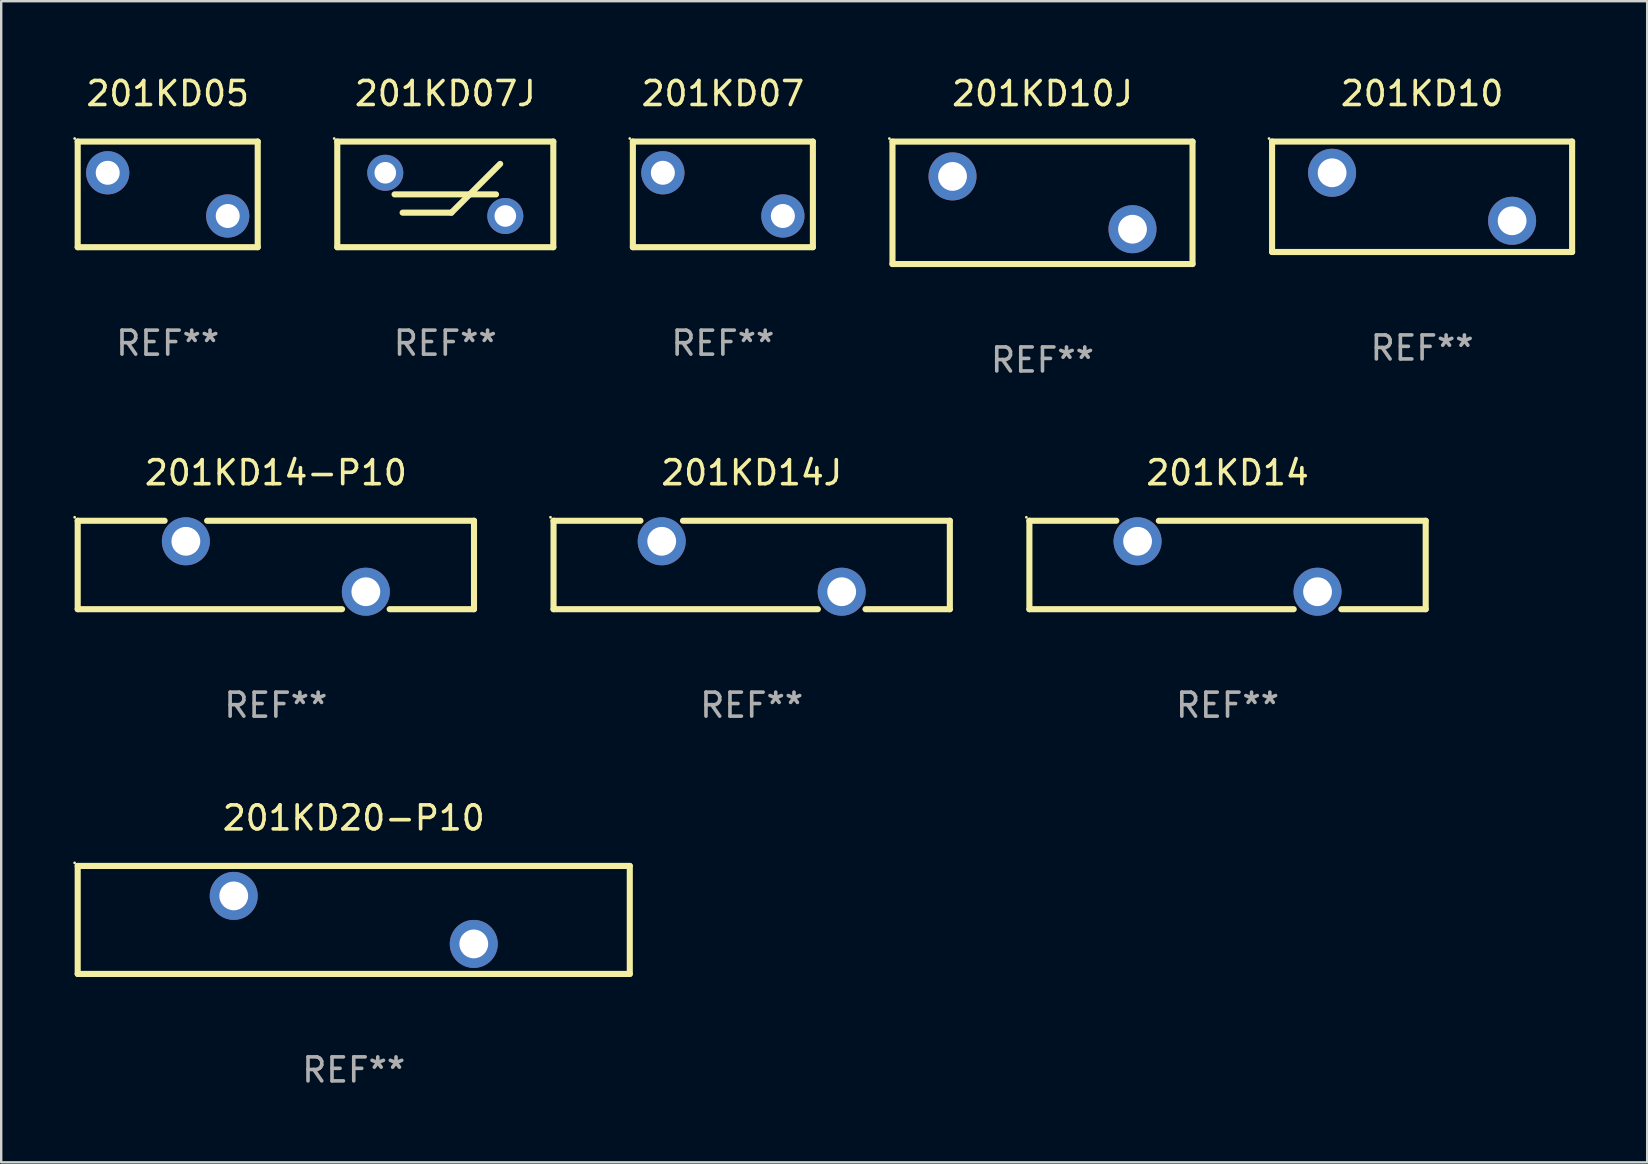
<source format=kicad_pcb>
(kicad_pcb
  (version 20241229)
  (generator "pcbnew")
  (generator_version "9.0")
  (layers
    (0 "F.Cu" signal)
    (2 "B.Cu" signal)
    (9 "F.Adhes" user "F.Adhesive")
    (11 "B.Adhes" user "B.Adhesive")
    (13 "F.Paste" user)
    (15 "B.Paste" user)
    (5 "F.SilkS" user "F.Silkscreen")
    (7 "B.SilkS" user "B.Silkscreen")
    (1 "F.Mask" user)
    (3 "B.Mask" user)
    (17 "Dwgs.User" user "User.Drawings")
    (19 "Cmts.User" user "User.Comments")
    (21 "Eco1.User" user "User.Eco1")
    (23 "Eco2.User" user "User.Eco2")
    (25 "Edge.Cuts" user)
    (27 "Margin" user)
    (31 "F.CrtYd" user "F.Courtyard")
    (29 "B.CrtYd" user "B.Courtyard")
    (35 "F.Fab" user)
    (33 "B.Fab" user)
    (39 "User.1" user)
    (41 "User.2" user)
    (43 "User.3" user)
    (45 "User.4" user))
  (footprint "201KD14-P10"
    (layer "F.Cu")
    (at 8.442 20.487)
    (property "Reference" "201KD14-P10" (at 0 -3.842 0) (layer "F.SilkS") (effects (font (size 1 1) (thickness 0.15))))
    (attr through_hole)
    (fp_line (start -8.255 -1.842) (end -4.634 -1.842) (stroke (width 0.254) (type solid)) (layer "F.SilkS"))
    (fp_line (start -8.255 1.842) (end -8.255 -1.842) (stroke (width 0.254) (type solid)) (layer "F.SilkS"))
    (fp_line (start -2.864 -1.842) (end 8.255 -1.842) (stroke (width 0.254) (type solid)) (layer "F.SilkS"))
    (fp_line (start 2.757 1.842) (end -8.255 1.842) (stroke (width 0.254) (type solid)) (layer "F.SilkS"))
    (fp_line (start 8.255 -1.842) (end 8.255 1.842) (stroke (width 0.254) (type solid)) (layer "F.SilkS"))
    (fp_line (start 8.255 1.842) (end 4.741 1.842) (stroke (width 0.254) (type solid)) (layer "F.SilkS"))
    (fp_circle (center -8.382 -1.987) (end -8.352 -1.987) (stroke (width 0.06) (type solid)) (fill no) (layer "F.SilkS"))
    (fp_text user "REF**" (at 0 5.842 0) (layer "F.Fab") (effects (font (size 1 1) (thickness 0.15))))
    (pad "1" thru_hole circle (at -3.749 -0.987) (size 2 2) (drill 1.2) (layers "*.Cu" "*.Mask"))
    (pad "2" thru_hole circle (at 3.749 1.114) (size 2 2) (drill 1.2) (layers "*.Cu" "*.Mask")))
  (footprint "201KD07J"
    (layer "F.Cu")
    (at 15.501 5.048)
    (property "Reference" "201KD07J" (at 0 -4.2 0) (layer "F.SilkS") (effects (font (size 1 1) (thickness 0.15))))
    (attr through_hole)
    (fp_line (start -4.5 -2.2) (end 4.5 -2.2) (stroke (width 0.254) (type solid)) (layer "F.SilkS"))
    (fp_line (start -4.5 2.2) (end -4.5 -2.2) (stroke (width 0.254) (type solid)) (layer "F.SilkS"))
    (fp_line (start -4.5 2.2) (end 4.5 2.2) (stroke (width 0.254) (type solid)) (layer "F.SilkS"))
    (fp_line (start -2.113 0) (end 2.113 0) (stroke (width 0.254) (type solid)) (layer "F.SilkS"))
    (fp_line (start -1.778 0.762) (end 0.254 0.762) (stroke (width 0.254) (type solid)) (layer "F.SilkS"))
    (fp_line (start 0.254 0.762) (end 2.286 -1.27) (stroke (width 0.254) (type solid)) (layer "F.SilkS"))
    (fp_line (start 4.5 2.2) (end 4.5 -2.2) (stroke (width 0.254) (type solid)) (layer "F.SilkS"))
    (fp_circle (center -4.627 -2.327) (end -4.597 -2.327) (stroke (width 0.06) (type solid)) (fill no) (layer "F.SilkS"))
    (fp_text user "REF**" (at 0 6.2 0) (layer "F.Fab") (effects (font (size 1 1) (thickness 0.15))))
    (pad "1" thru_hole circle (at -2.5 -0.9) (size 1.5 1.5) (drill 0.9) (layers "*.Cu" "*.Mask"))
    (pad "2" thru_hole circle (at 2.5 0.9) (size 1.5 1.5) (drill 0.9) (layers "*.Cu" "*.Mask")))
  (footprint "201KD20-P10"
    (layer "F.Cu")
    (at 11.687 35.275)
    (property "Reference" "201KD20-P10" (at 0 -4.25 0) (layer "F.SilkS") (effects (font (size 1 1) (thickness 0.15))))
    (attr through_hole)
    (fp_line (start -11.5 -2.25) (end 11.5 -2.25) (stroke (width 0.254) (type solid)) (layer "F.SilkS"))
    (fp_line (start -11.5 2.25) (end -11.5 -2.25) (stroke (width 0.254) (type solid)) (layer "F.SilkS"))
    (fp_line (start 11.5 -2.25) (end 11.5 2.25) (stroke (width 0.254) (type solid)) (layer "F.SilkS"))
    (fp_line (start 11.5 2.249) (end -11.5 2.249) (stroke (width 0.254) (type solid)) (layer "F.SilkS"))
    (fp_circle (center -11.627 -2.377) (end -11.597 -2.377) (stroke (width 0.06) (type solid)) (fill no) (layer "F.SilkS"))
    (fp_text user "REF**" (at 0 6.25 0) (layer "F.Fab") (effects (font (size 1 1) (thickness 0.15))))
    (pad "1" thru_hole circle (at -5 -1.002) (size 2 2) (drill 1.2) (layers "*.Cu" "*.Mask"))
    (pad "2" thru_hole circle (at 5 0.999) (size 2 2) (drill 1.2) (layers "*.Cu" "*.Mask")))
  (footprint "201KD10J"
    (layer "F.Cu")
    (at 40.38 5.399)
    (property "Reference" "201KD10J" (at 0 -4.55 0) (layer "F.SilkS") (effects (font (size 1 1) (thickness 0.15))))
    (attr through_hole)
    (fp_line (start -6.249 -2.55) (end 6.251 -2.55) (stroke (width 0.254) (type solid)) (layer "F.SilkS"))
    (fp_line (start -6.249 2.55) (end -6.249 -2.55) (stroke (width 0.254) (type solid)) (layer "F.SilkS"))
    (fp_line (start 6.251 -2.55) (end 6.251 2.55) (stroke (width 0.254) (type solid)) (layer "F.SilkS"))
    (fp_line (start 6.251 2.55) (end -6.251 2.55) (stroke (width 0.254) (type solid)) (layer "F.SilkS"))
    (fp_circle (center -6.378 -2.677) (end -6.348 -2.677) (stroke (width 0.06) (type solid)) (fill no) (layer "F.SilkS"))
    (fp_text user "REF**" (at 0 6.55 0) (layer "F.Fab") (effects (font (size 1 1) (thickness 0.15))))
    (pad "1" thru_hole circle (at -3.748 -1.1) (size 2 2) (drill 1.2) (layers "*.Cu" "*.Mask"))
    (pad "2" thru_hole circle (at 3.75 1.1) (size 2 2) (drill 1.2) (layers "*.Cu" "*.Mask")))
  (footprint "201KD14J"
    (layer "F.Cu")
    (at 28.266 20.487)
    (property "Reference" "201KD14J" (at 0 -3.842 0) (layer "F.SilkS") (effects (font (size 1 1) (thickness 0.15))))
    (attr through_hole)
    (fp_line (start -8.255 -1.842) (end -4.634 -1.842) (stroke (width 0.254) (type solid)) (layer "F.SilkS"))
    (fp_line (start -8.255 1.842) (end -8.255 -1.842) (stroke (width 0.254) (type solid)) (layer "F.SilkS"))
    (fp_line (start -2.864 -1.842) (end 8.255 -1.842) (stroke (width 0.254) (type solid)) (layer "F.SilkS"))
    (fp_line (start 2.757 1.842) (end -8.255 1.842) (stroke (width 0.254) (type solid)) (layer "F.SilkS"))
    (fp_line (start 8.255 -1.842) (end 8.255 1.842) (stroke (width 0.254) (type solid)) (layer "F.SilkS"))
    (fp_line (start 8.255 1.842) (end 4.741 1.842) (stroke (width 0.254) (type solid)) (layer "F.SilkS"))
    (fp_circle (center -8.382 -1.987) (end -8.352 -1.987) (stroke (width 0.06) (type solid)) (fill no) (layer "F.SilkS"))
    (fp_text user "REF**" (at 0 5.842 0) (layer "F.Fab") (effects (font (size 1 1) (thickness 0.15))))
    (pad "1" thru_hole circle (at -3.749 -0.987) (size 2 2) (drill 1.2) (layers "*.Cu" "*.Mask"))
    (pad "2" thru_hole circle (at 3.749 1.114) (size 2 2) (drill 1.2) (layers "*.Cu" "*.Mask")))
  (footprint "201KD05"
    (layer "F.Cu")
    (at 3.937 5.048)
    (property "Reference" "201KD05" (at 0 -4.2 0) (layer "F.SilkS") (effects (font (size 1 1) (thickness 0.15))))
    (attr through_hole)
    (fp_line (start -3.75 -2.2) (end 3.75 -2.2) (stroke (width 0.254) (type solid)) (layer "F.SilkS"))
    (fp_line (start -3.75 2.2) (end -3.75 -2.2) (stroke (width 0.254) (type solid)) (layer "F.SilkS"))
    (fp_line (start 3.75 -2.2) (end 3.75 2.2) (stroke (width 0.254) (type solid)) (layer "F.SilkS"))
    (fp_line (start 3.75 2.2) (end -3.75 2.2) (stroke (width 0.254) (type solid)) (layer "F.SilkS"))
    (fp_circle (center -3.877 -2.327) (end -3.847 -2.327) (stroke (width 0.06) (type solid)) (fill no) (layer "F.SilkS"))
    (fp_text user "REF**" (at 0 6.2 0) (layer "F.Fab") (effects (font (size 1 1) (thickness 0.15))))
    (pad "1" thru_hole circle (at -2.5 -0.9) (size 1.8 1.8) (drill 1) (layers "*.Cu" "*.Mask"))
    (pad "2" thru_hole circle (at 2.5 0.9) (size 1.8 1.8) (drill 1) (layers "*.Cu" "*.Mask")))
  (footprint "201KD14"
    (layer "F.Cu")
    (at 48.09 20.487)
    (property "Reference" "201KD14" (at 0 -3.842 0) (layer "F.SilkS") (effects (font (size 1 1) (thickness 0.15))))
    (attr through_hole)
    (fp_line (start -8.255 -1.842) (end -4.634 -1.842) (stroke (width 0.254) (type solid)) (layer "F.SilkS"))
    (fp_line (start -8.255 1.842) (end -8.255 -1.842) (stroke (width 0.254) (type solid)) (layer "F.SilkS"))
    (fp_line (start -2.864 -1.842) (end 8.255 -1.842) (stroke (width 0.254) (type solid)) (layer "F.SilkS"))
    (fp_line (start 2.757 1.842) (end -8.255 1.842) (stroke (width 0.254) (type solid)) (layer "F.SilkS"))
    (fp_line (start 8.255 -1.842) (end 8.255 1.842) (stroke (width 0.254) (type solid)) (layer "F.SilkS"))
    (fp_line (start 8.255 1.842) (end 4.741 1.842) (stroke (width 0.254) (type solid)) (layer "F.SilkS"))
    (fp_circle (center -8.382 -1.987) (end -8.352 -1.987) (stroke (width 0.06) (type solid)) (fill no) (layer "F.SilkS"))
    (fp_text user "REF**" (at 0 5.842 0) (layer "F.Fab") (effects (font (size 1 1) (thickness 0.15))))
    (pad "1" thru_hole circle (at -3.749 -0.987) (size 2 2) (drill 1.2) (layers "*.Cu" "*.Mask"))
    (pad "2" thru_hole circle (at 3.749 1.114) (size 2 2) (drill 1.2) (layers "*.Cu" "*.Mask")))
  (footprint "201KD07"
    (layer "F.Cu")
    (at 27.065 5.048)
    (property "Reference" "201KD07" (at 0 -4.2 0) (layer "F.SilkS") (effects (font (size 1 1) (thickness 0.15))))
    (attr through_hole)
    (fp_line (start -3.75 -2.2) (end 3.75 -2.2) (stroke (width 0.254) (type solid)) (layer "F.SilkS"))
    (fp_line (start -3.75 2.2) (end -3.75 -2.2) (stroke (width 0.254) (type solid)) (layer "F.SilkS"))
    (fp_line (start 3.75 -2.2) (end 3.75 2.2) (stroke (width 0.254) (type solid)) (layer "F.SilkS"))
    (fp_line (start 3.75 2.2) (end -3.75 2.2) (stroke (width 0.254) (type solid)) (layer "F.SilkS"))
    (fp_circle (center -3.877 -2.327) (end -3.847 -2.327) (stroke (width 0.06) (type solid)) (fill no) (layer "F.SilkS"))
    (fp_text user "REF**" (at 0 6.2 0) (layer "F.Fab") (effects (font (size 1 1) (thickness 0.15))))
    (pad "1" thru_hole circle (at -2.5 -0.9) (size 1.8 1.8) (drill 1) (layers "*.Cu" "*.Mask"))
    (pad "2" thru_hole circle (at 2.5 0.9) (size 1.8 1.8) (drill 1) (layers "*.Cu" "*.Mask")))
  (footprint "201KD10"
    (layer "F.Cu")
    (at 56.195 5.148)
    (property "Reference" "201KD10" (at 0 -4.3 0) (layer "F.SilkS") (effects (font (size 1 1) (thickness 0.15))))
    (attr through_hole)
    (fp_line (start -6.25 -2.3) (end -6.25 2.3) (stroke (width 0.254) (type solid)) (layer "F.SilkS"))
    (fp_line (start -6.25 -2.3) (end 6.25 -2.3) (stroke (width 0.254) (type solid)) (layer "F.SilkS"))
    (fp_line (start -6.25 2.3) (end 6.25 2.3) (stroke (width 0.254) (type solid)) (layer "F.SilkS"))
    (fp_line (start 6.25 -2.3) (end 6.25 2.3) (stroke (width 0.254) (type solid)) (layer "F.SilkS"))
    (fp_circle (center -6.377 -2.427) (end -6.347 -2.427) (stroke (width 0.06) (type solid)) (fill no) (layer "F.SilkS"))
    (fp_text user "REF**" (at 0 6.3 0) (layer "F.Fab") (effects (font (size 1 1) (thickness 0.15))))
    (pad "1" thru_hole circle (at -3.75 -1) (size 2 2) (drill 1.2) (layers "*.Cu" "*.Mask"))
    (pad "2" thru_hole circle (at 3.75 1) (size 2 2) (drill 1.2) (layers "*.Cu" "*.Mask")))
  (gr_rect
    (start -3 -3)
    (end 65.572 45.374)
    (stroke (width 0.1) (type default))
    (fill no)
    (layer "Edge.Cuts")))
</source>
